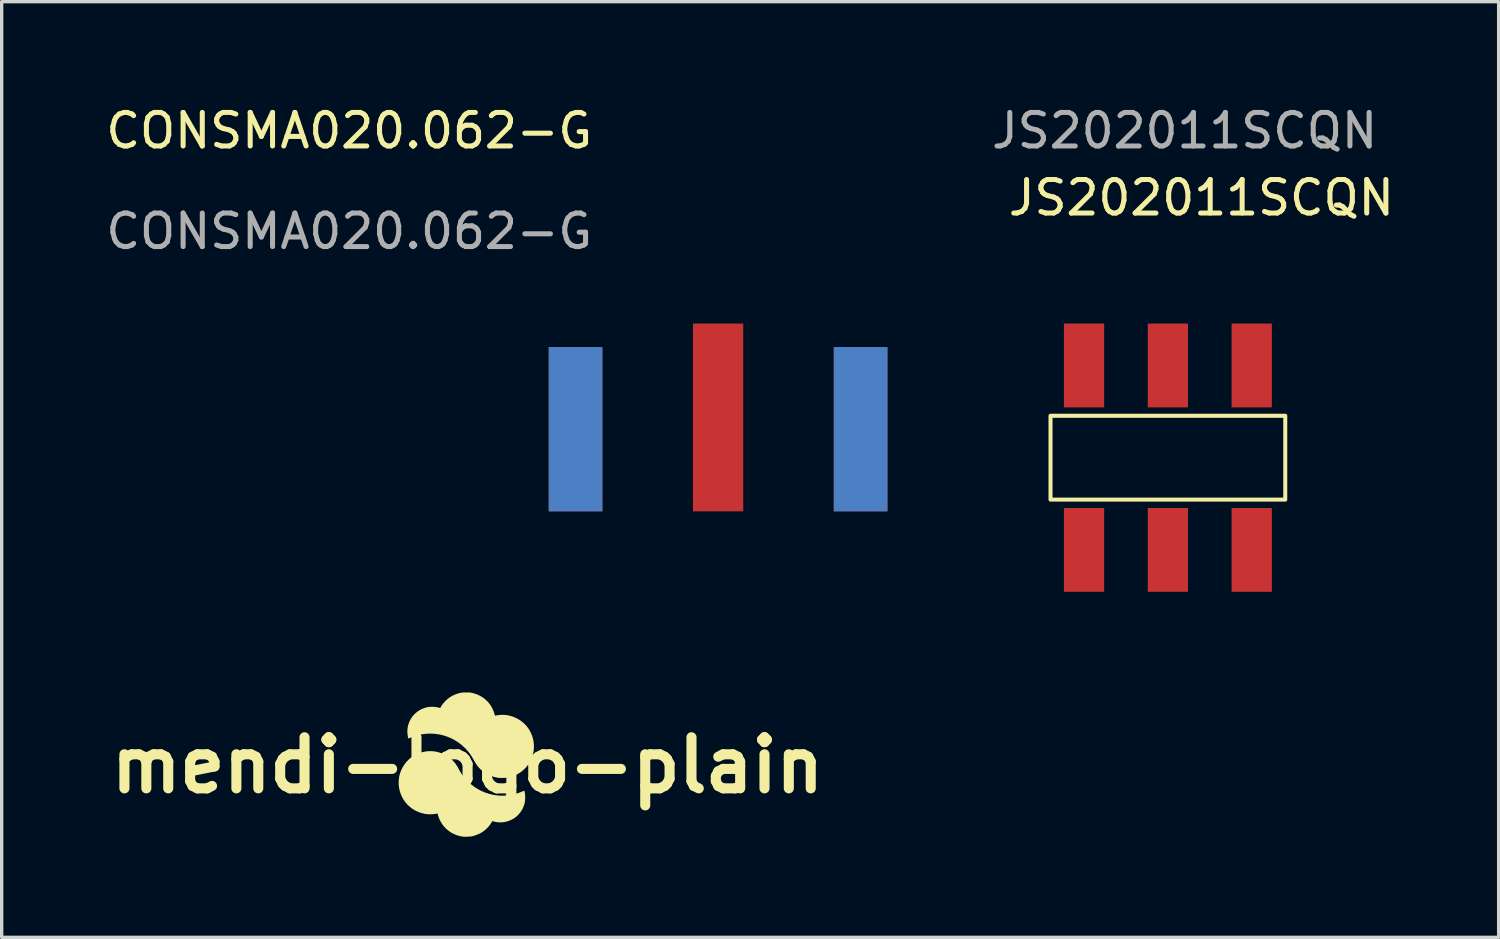
<source format=kicad_pcb>
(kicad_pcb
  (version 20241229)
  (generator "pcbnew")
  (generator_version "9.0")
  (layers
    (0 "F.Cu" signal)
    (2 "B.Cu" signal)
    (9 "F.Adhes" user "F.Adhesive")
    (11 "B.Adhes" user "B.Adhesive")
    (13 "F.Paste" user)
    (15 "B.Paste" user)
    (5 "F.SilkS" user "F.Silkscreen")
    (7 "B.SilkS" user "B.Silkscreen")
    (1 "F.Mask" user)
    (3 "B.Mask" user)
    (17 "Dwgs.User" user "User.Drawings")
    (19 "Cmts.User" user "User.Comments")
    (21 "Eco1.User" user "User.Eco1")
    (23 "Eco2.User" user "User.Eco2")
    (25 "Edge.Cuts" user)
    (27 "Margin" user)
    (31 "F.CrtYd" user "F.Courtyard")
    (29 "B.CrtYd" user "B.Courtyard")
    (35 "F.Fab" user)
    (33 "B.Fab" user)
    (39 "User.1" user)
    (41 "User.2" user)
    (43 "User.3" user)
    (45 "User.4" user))
  (footprint "mendi-logo-plain"
    (layer "F.Cu")
    (at 10.893 19.769)
    (property "Reference" "mendi-logo-plain" (at 0 0 0) (layer "F.SilkS") (effects (font (size 1.524 1.524) (thickness 0.3))))
    (attr board_only exclude_from_pos_files exclude_from_bom)
    (fp_poly (pts (xy -0.003 -2.17) (xy 0.03 -2.17) (xy 0.056 -2.169) (xy 0.077 -2.167) (xy 0.096 -2.165) (xy 0.116 -2.161) (xy 0.132 -2.158) (xy 0.231 -2.13) (xy 0.323 -2.094) (xy 0.409 -2.049) (xy 0.489 -1.996) (xy 0.562 -1.934) (xy 0.627 -1.865) (xy 0.684 -1.788) (xy 0.734 -1.704) (xy 0.738 -1.695) (xy 0.756 -1.656) (xy 0.775 -1.611) (xy 0.792 -1.565) (xy 0.805 -1.521) (xy 0.811 -1.501) (xy 0.815 -1.486) (xy 0.82 -1.48) (xy 0.828 -1.48) (xy 0.829 -1.48) (xy 0.874 -1.489) (xy 0.927 -1.496) (xy 0.984 -1.501) (xy 1.042 -1.502) (xy 1.098 -1.501) (xy 1.148 -1.498) (xy 1.167 -1.495) (xy 1.27 -1.474) (xy 1.369 -1.443) (xy 1.462 -1.401) (xy 1.551 -1.351) (xy 1.634 -1.29) (xy 1.647 -1.279) (xy 1.719 -1.212) (xy 1.783 -1.138) (xy 1.838 -1.058) (xy 1.885 -0.972) (xy 1.922 -0.882) (xy 1.951 -0.789) (xy 1.969 -0.694) (xy 1.978 -0.597) (xy 1.977 -0.499) (xy 1.965 -0.401) (xy 1.961 -0.379) (xy 1.936 -0.279) (xy 1.9 -0.185) (xy 1.856 -0.095) (xy 1.803 -0.012) (xy 1.742 0.065) (xy 1.674 0.134) (xy 1.598 0.197) (xy 1.515 0.251) (xy 1.427 0.297) (xy 1.332 0.334) (xy 1.232 0.362) (xy 1.222 0.364) (xy 1.193 0.369) (xy 1.157 0.373) (xy 1.114 0.376) (xy 1.069 0.378) (xy 1.024 0.379) (xy 0.981 0.379) (xy 0.944 0.378) (xy 0.916 0.375) (xy 0.817 0.356) (xy 0.721 0.327) (xy 0.629 0.288) (xy 0.541 0.24) (xy 0.459 0.183) (xy 0.383 0.118) (xy 0.33 0.062) (xy 0.295 0.02) (xy 0.261 -0.028) (xy 0.226 -0.082) (xy 0.19 -0.146) (xy 0.181 -0.163) (xy 0.126 -0.258) (xy 0.068 -0.345) (xy 0.004 -0.426) (xy -0.067 -0.503) (xy -0.077 -0.513) (xy -0.17 -0.598) (xy -0.268 -0.674) (xy -0.372 -0.741) (xy -0.48 -0.799) (xy -0.591 -0.847) (xy -0.706 -0.885) (xy -0.824 -0.914) (xy -0.943 -0.933) (xy -1.064 -0.943) (xy -1.185 -0.942) (xy -1.306 -0.931) (xy -1.427 -0.91) (xy -1.546 -0.879) (xy -1.664 -0.837) (xy -1.72 -0.813) (xy -1.74 -0.805) (xy -1.755 -0.799) (xy -1.765 -0.798) (xy -1.766 -0.798) (xy -1.768 -0.805) (xy -1.773 -0.82) (xy -1.778 -0.842) (xy -1.781 -0.858) (xy -1.794 -0.948) (xy -1.796 -1.037) (xy -1.787 -1.124) (xy -1.767 -1.21) (xy -1.736 -1.295) (xy -1.709 -1.352) (xy -1.665 -1.426) (xy -1.612 -1.493) (xy -1.551 -1.554) (xy -1.483 -1.608) (xy -1.409 -1.654) (xy -1.331 -1.691) (xy -1.248 -1.719) (xy -1.181 -1.734) (xy -1.124 -1.741) (xy -1.061 -1.743) (xy -0.997 -1.741) (xy -0.935 -1.734) (xy -0.878 -1.723) (xy -0.848 -1.715) (xy -0.816 -1.705) (xy -0.804 -1.728) (xy -0.778 -1.773) (xy -0.744 -1.821) (xy -0.703 -1.87) (xy -0.659 -1.917) (xy -0.612 -1.962) (xy -0.565 -2.001) (xy -0.533 -2.023) (xy -0.46 -2.068) (xy -0.386 -2.104) (xy -0.307 -2.133) (xy -0.228 -2.155) (xy -0.206 -2.16) (xy -0.186 -2.164) (xy -0.167 -2.166) (xy -0.147 -2.168) (xy -0.123 -2.169) (xy -0.094 -2.17) (xy -0.056 -2.17) (xy -0.044 -2.17)) (stroke (width 0) (type solid)) (fill yes) (layer "F.SilkS"))
    (fp_poly (pts (xy -0.989 -0.413) (xy -0.899 -0.396) (xy -0.81 -0.37) (xy -0.722 -0.334) (xy -0.692 -0.32) (xy -0.623 -0.283) (xy -0.562 -0.243) (xy -0.506 -0.198) (xy -0.452 -0.149) (xy -0.399 -0.092) (xy -0.353 -0.035) (xy -0.314 0.024) (xy -0.286 0.074) (xy -0.242 0.156) (xy -0.199 0.228) (xy -0.154 0.295) (xy -0.107 0.357) (xy -0.056 0.417) (xy 0.001 0.476) (xy 0.002 0.477) (xy 0.097 0.564) (xy 0.197 0.642) (xy 0.303 0.71) (xy 0.414 0.768) (xy 0.529 0.817) (xy 0.649 0.855) (xy 0.772 0.884) (xy 0.9 0.902) (xy 0.982 0.908) (xy 1.069 0.908) (xy 1.162 0.903) (xy 1.257 0.891) (xy 1.352 0.873) (xy 1.44 0.852) (xy 1.48 0.839) (xy 1.523 0.825) (xy 1.567 0.808) (xy 1.609 0.792) (xy 1.644 0.777) (xy 1.662 0.768) (xy 1.677 0.761) (xy 1.688 0.757) (xy 1.691 0.757) (xy 1.693 0.763) (xy 1.696 0.777) (xy 1.701 0.797) (xy 1.705 0.816) (xy 1.71 0.844) (xy 1.714 0.872) (xy 1.716 0.901) (xy 1.717 0.936) (xy 1.718 0.962) (xy 1.716 1.031) (xy 1.709 1.092) (xy 1.697 1.15) (xy 1.678 1.208) (xy 1.653 1.268) (xy 1.641 1.294) (xy 1.609 1.352) (xy 1.571 1.408) (xy 1.526 1.462) (xy 1.499 1.49) (xy 1.453 1.533) (xy 1.406 1.569) (xy 1.355 1.602) (xy 1.31 1.625) (xy 1.225 1.661) (xy 1.139 1.686) (xy 1.051 1.701) (xy 0.963 1.704) (xy 0.874 1.697) (xy 0.785 1.679) (xy 0.778 1.677) (xy 0.759 1.671) (xy 0.744 1.668) (xy 0.737 1.667) (xy 0.737 1.667) (xy 0.734 1.672) (xy 0.726 1.684) (xy 0.716 1.702) (xy 0.713 1.707) (xy 0.669 1.774) (xy 0.616 1.839) (xy 0.556 1.9) (xy 0.492 1.955) (xy 0.427 2.001) (xy 0.368 2.034) (xy 0.302 2.064) (xy 0.232 2.09) (xy 0.162 2.111) (xy 0.128 2.119) (xy 0.098 2.123) (xy 0.06 2.127) (xy 0.018 2.13) (xy -0.026 2.132) (xy -0.068 2.133) (xy -0.106 2.132) (xy -0.137 2.13) (xy -0.143 2.129) (xy -0.241 2.11) (xy -0.335 2.081) (xy -0.425 2.043) (xy -0.509 1.996) (xy -0.588 1.939) (xy -0.66 1.875) (xy -0.724 1.802) (xy -0.739 1.783) (xy -0.782 1.718) (xy -0.821 1.647) (xy -0.854 1.574) (xy -0.88 1.5) (xy -0.888 1.469) (xy -0.892 1.453) (xy -0.895 1.442) (xy -0.896 1.44) (xy -0.902 1.44) (xy -0.917 1.443) (xy -0.937 1.446) (xy -0.962 1.451) (xy -1.023 1.458) (xy -1.089 1.462) (xy -1.158 1.461) (xy -1.223 1.457) (xy -1.267 1.451) (xy -1.366 1.428) (xy -1.461 1.396) (xy -1.552 1.355) (xy -1.637 1.305) (xy -1.716 1.246) (xy -1.789 1.179) (xy -1.854 1.105) (xy -1.911 1.024) (xy -1.955 0.944) (xy -1.996 0.85) (xy -2.026 0.754) (xy -2.046 0.657) (xy -2.055 0.559) (xy -2.054 0.461) (xy -2.043 0.364) (xy -2.022 0.268) (xy -1.99 0.175) (xy -1.949 0.085) (xy -1.898 -0.002) (xy -1.837 -0.084) (xy -1.819 -0.105) (xy -1.752 -0.173) (xy -1.678 -0.234) (xy -1.597 -0.288) (xy -1.511 -0.333) (xy -1.42 -0.369) (xy -1.328 -0.396) (xy -1.233 -0.413) (xy -1.181 -0.418) (xy -1.082 -0.42)) (stroke (width 0) (type solid)) (fill yes) (layer "F.SilkS")))
  (footprint "JS202011SCQN"
    (layer "F.Cu")
    (at 31.776 10.348)
    (property "Reference" "JS202011SCQN" (at 1 -7.5 0) (unlocked yes) (layer "F.SilkS") (effects (font (size 1 1) (thickness 0.15))))
    (attr smd)
    (fp_rect (start -3.5 -1) (end 3.5 1.5) (stroke (width 0.12) (type solid)) (fill no) (layer "F.SilkS"))
    (fp_text user "${REFERENCE}" (at 0.5 -9.5 0) (unlocked yes) (layer "F.Fab") (effects (font (size 1 1) (thickness 0.15))))
    (pad "1" smd rect (at -2.5 -2.5) (size 1.2 2.5) (layers "F.Cu" "F.Mask" "F.Paste"))
    (pad "1" smd rect (at -2.5 3) (size 1.2 2.5) (layers "F.Cu" "F.Mask" "F.Paste"))
    (pad "2" smd rect (at 0 -2.5) (size 1.2 2.5) (layers "F.Cu" "F.Mask" "F.Paste"))
    (pad "2" smd rect (at 0 3) (size 1.2 2.5) (layers "F.Cu" "F.Mask" "F.Paste"))
    (pad "3" smd rect (at 2.5 -2.5) (size 1.2 2.5) (layers "F.Cu" "F.Mask" "F.Paste"))
    (pad "3" smd rect (at 2.5 3) (size 1.2 2.5) (layers "F.Cu" "F.Mask" "F.Paste")))
  (footprint "CONSMA020.062-G"
    (layer "F.Cu")
    (at 18.363 9.748)
    (property "Reference" "CONSMA020.062-G" (at -11 -8.9 0) (unlocked yes) (layer "F.SilkS") (effects (font (size 1 1) (thickness 0.15))))
    (fp_text user "${REFERENCE}" (at -11 -5.9 0) (unlocked yes) (layer "F.Fab") (effects (font (size 1 1) (thickness 0.15))))
    (pad "1" connect rect (at 0 -0.35) (size 1.5 5.6) (layers "F.Cu" "F.Mask"))
    (pad "2" connect rect (at -4.25 0) (size 1.6 4.9) (layers "F.Cu" "F.Mask"))
    (pad "2" connect rect (at -4.25 0) (size 1.6 4.9) (layers "B.Cu" "B.Mask"))
    (pad "2" connect rect (at 4.25 0) (size 1.6 4.9) (layers "F.Cu" "F.Mask"))
    (pad "2" connect rect (at 4.25 0) (size 1.6 4.9) (layers "B.Cu" "B.Mask")))
  (gr_rect
    (start -3 -3)
    (end 41.639 24.901)
    (stroke (width 0.1) (type default))
    (fill no)
    (layer "Edge.Cuts")))
</source>
